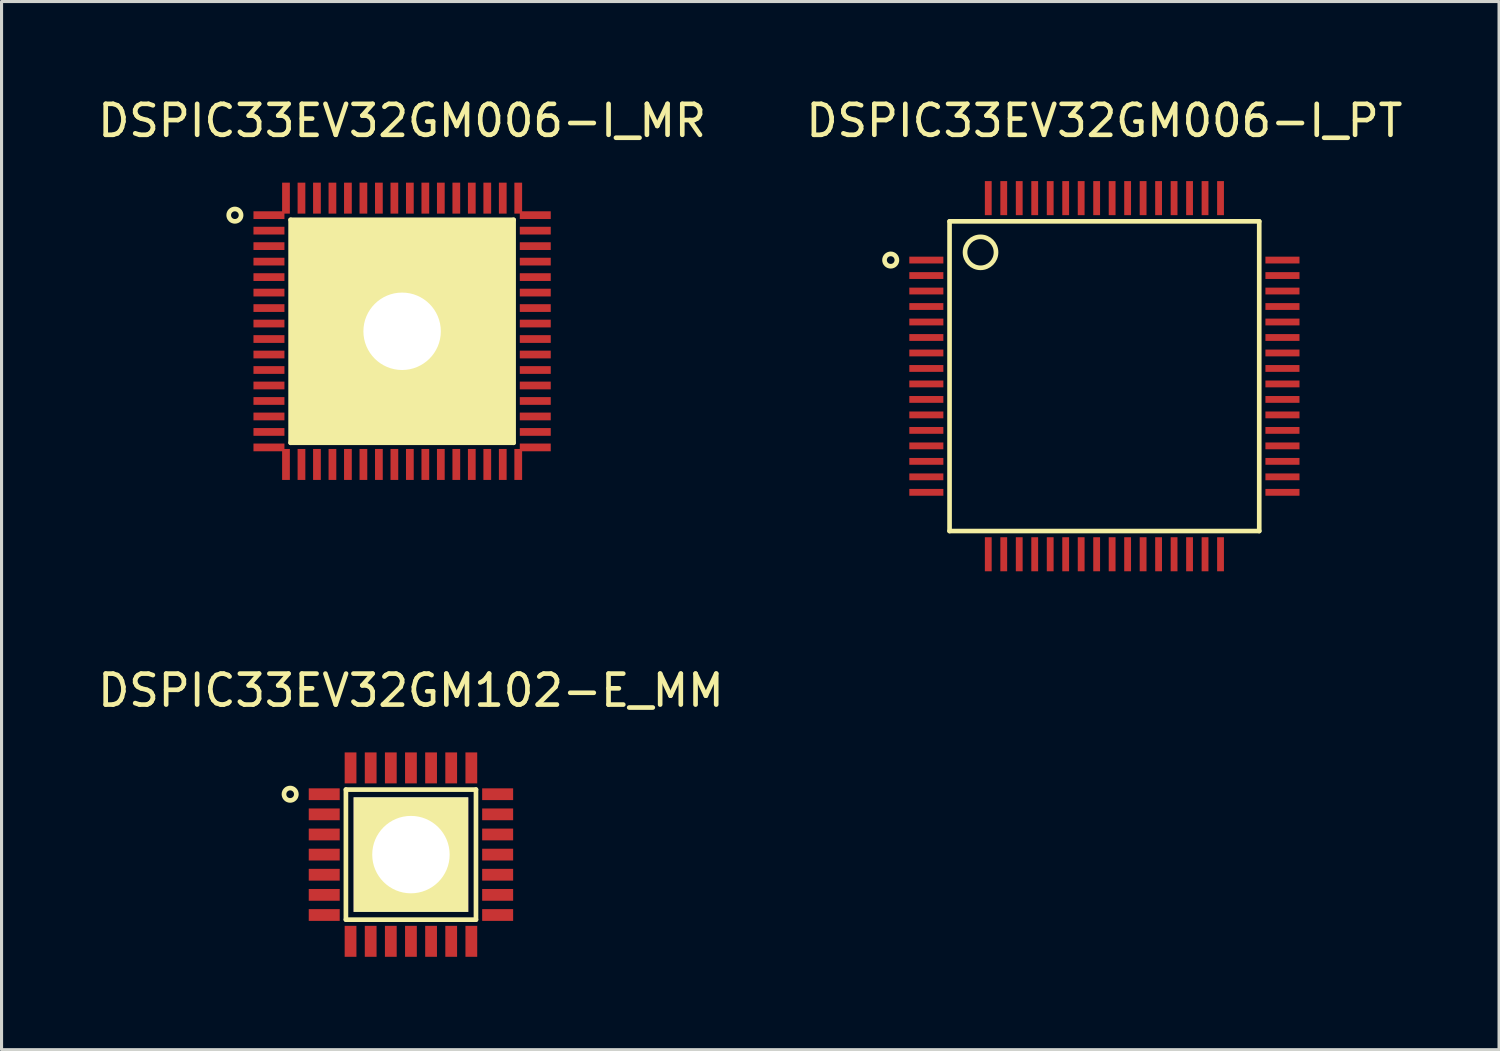
<source format=kicad_pcb>
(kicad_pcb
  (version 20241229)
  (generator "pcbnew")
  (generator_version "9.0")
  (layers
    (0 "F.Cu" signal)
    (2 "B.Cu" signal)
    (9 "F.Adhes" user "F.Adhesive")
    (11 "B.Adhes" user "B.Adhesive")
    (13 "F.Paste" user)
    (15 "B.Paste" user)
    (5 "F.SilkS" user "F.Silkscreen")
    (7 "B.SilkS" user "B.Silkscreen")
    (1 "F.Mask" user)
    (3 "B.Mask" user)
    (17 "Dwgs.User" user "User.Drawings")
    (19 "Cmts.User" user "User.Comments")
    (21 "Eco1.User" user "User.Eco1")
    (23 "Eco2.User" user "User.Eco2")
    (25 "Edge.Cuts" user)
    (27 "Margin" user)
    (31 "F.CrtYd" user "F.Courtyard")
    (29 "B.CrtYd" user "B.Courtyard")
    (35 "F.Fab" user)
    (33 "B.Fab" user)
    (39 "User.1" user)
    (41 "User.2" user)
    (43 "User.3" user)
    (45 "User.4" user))
  (footprint "DSPIC33EV32GM006-I_MR"
    (layer "F.Cu")
    (at 5.635 3.348)
    (property "Reference" "DSPIC33EV32GM006-I_MR" (at 4.3 -2.5 0) (layer "F.SilkS") (effects (font (size 1 1) (thickness 0.15))))
    (attr through_hole)
    (fp_line (start 0.7 0.7) (end 0.7 7.9) (stroke (width 0.15) (type solid)) (layer "F.SilkS"))
    (fp_line (start 0.7 0.7) (end 7.9 0.7) (stroke (width 0.15) (type solid)) (layer "F.SilkS"))
    (fp_line (start 0.7 7.9) (end 7.9 7.9) (stroke (width 0.15) (type solid)) (layer "F.SilkS"))
    (fp_line (start 7.9 7.9) (end 7.9 0.7) (stroke (width 0.15) (type solid)) (layer "F.SilkS"))
    (fp_circle (center -1.1 0.55) (end -1.1 0.35) (stroke (width 0.15) (type solid)) (fill no) (layer "F.SilkS"))
    (fp_circle (center 1.7 1.7) (end 1.7 1.2) (stroke (width 0.15) (type solid)) (fill no) (layer "F.SilkS"))
    (pad "1" smd rect (at 0 0.55) (size 1 0.25) (layers "F.Cu" "F.Mask" "F.Paste"))
    (pad "2" smd rect (at 0 1.05) (size 1 0.25) (layers "F.Cu" "F.Mask" "F.Paste"))
    (pad "3" smd rect (at 0 1.55) (size 1 0.25) (layers "F.Cu" "F.Mask" "F.Paste"))
    (pad "4" smd rect (at 0 2.05) (size 1 0.25) (layers "F.Cu" "F.Mask" "F.Paste"))
    (pad "5" smd rect (at 0 2.55) (size 1 0.25) (layers "F.Cu" "F.Mask" "F.Paste"))
    (pad "6" smd rect (at 0 3.05) (size 1 0.25) (layers "F.Cu" "F.Mask" "F.Paste"))
    (pad "7" smd rect (at 0 3.55) (size 1 0.25) (layers "F.Cu" "F.Mask" "F.Paste"))
    (pad "8" smd rect (at 0 4.05) (size 1 0.25) (layers "F.Cu" "F.Mask" "F.Paste"))
    (pad "9" smd rect (at 0 4.55) (size 1 0.25) (layers "F.Cu" "F.Mask" "F.Paste"))
    (pad "10" smd rect (at 0 5.05) (size 1 0.25) (layers "F.Cu" "F.Mask" "F.Paste"))
    (pad "11" smd rect (at 0 5.55) (size 1 0.25) (layers "F.Cu" "F.Mask" "F.Paste"))
    (pad "12" smd rect (at 0 6.05) (size 1 0.25) (layers "F.Cu" "F.Mask" "F.Paste"))
    (pad "13" smd rect (at 0 6.55) (size 1 0.25) (layers "F.Cu" "F.Mask" "F.Paste"))
    (pad "14" smd rect (at 0 7.05) (size 1 0.25) (layers "F.Cu" "F.Mask" "F.Paste"))
    (pad "15" smd rect (at 0 7.55) (size 1 0.25) (layers "F.Cu" "F.Mask" "F.Paste"))
    (pad "16" smd rect (at 0 8.05) (size 1 0.25) (layers "F.Cu" "F.Mask" "F.Paste"))
    (pad "17" smd rect (at 0.55 8.6) (size 0.25 1) (layers "F.Cu" "F.Mask" "F.Paste"))
    (pad "18" smd rect (at 1.05 8.6) (size 0.25 1) (layers "F.Cu" "F.Mask" "F.Paste"))
    (pad "19" smd rect (at 1.55 8.6) (size 0.25 1) (layers "F.Cu" "F.Mask" "F.Paste"))
    (pad "20" smd rect (at 2.05 8.6) (size 0.25 1) (layers "F.Cu" "F.Mask" "F.Paste"))
    (pad "21" smd rect (at 2.55 8.6) (size 0.25 1) (layers "F.Cu" "F.Mask" "F.Paste"))
    (pad "22" smd rect (at 3.05 8.6) (size 0.25 1) (layers "F.Cu" "F.Mask" "F.Paste"))
    (pad "23" smd rect (at 3.55 8.6) (size 0.25 1) (layers "F.Cu" "F.Mask" "F.Paste"))
    (pad "24" smd rect (at 4.05 8.6) (size 0.25 1) (layers "F.Cu" "F.Mask" "F.Paste"))
    (pad "25" smd rect (at 4.55 8.6) (size 0.25 1) (layers "F.Cu" "F.Mask" "F.Paste"))
    (pad "26" smd rect (at 5.05 8.6) (size 0.25 1) (layers "F.Cu" "F.Mask" "F.Paste"))
    (pad "27" smd rect (at 5.55 8.6) (size 0.25 1) (layers "F.Cu" "F.Mask" "F.Paste"))
    (pad "28" smd rect (at 6.05 8.6) (size 0.25 1) (layers "F.Cu" "F.Mask" "F.Paste"))
    (pad "29" smd rect (at 6.55 8.6) (size 0.25 1) (layers "F.Cu" "F.Mask" "F.Paste"))
    (pad "30" smd rect (at 7.05 8.6) (size 0.25 1) (layers "F.Cu" "F.Mask" "F.Paste"))
    (pad "31" smd rect (at 7.55 8.6) (size 0.25 1) (layers "F.Cu" "F.Mask" "F.Paste"))
    (pad "32" smd rect (at 8.05 8.6) (size 0.25 1) (layers "F.Cu" "F.Mask" "F.Paste"))
    (pad "33" smd rect (at 8.6 8.05) (size 1 0.25) (layers "F.Cu" "F.Mask" "F.Paste"))
    (pad "34" smd rect (at 8.6 7.55) (size 1 0.25) (layers "F.Cu" "F.Mask" "F.Paste"))
    (pad "35" smd rect (at 8.6 7.05) (size 1 0.25) (layers "F.Cu" "F.Mask" "F.Paste"))
    (pad "36" smd rect (at 8.6 6.55) (size 1 0.25) (layers "F.Cu" "F.Mask" "F.Paste"))
    (pad "37" smd rect (at 8.6 6.05) (size 1 0.25) (layers "F.Cu" "F.Mask" "F.Paste"))
    (pad "38" smd rect (at 8.6 5.55) (size 1 0.25) (layers "F.Cu" "F.Mask" "F.Paste"))
    (pad "39" smd rect (at 8.6 5.05) (size 1 0.25) (layers "F.Cu" "F.Mask" "F.Paste"))
    (pad "40" smd rect (at 8.6 4.55) (size 1 0.25) (layers "F.Cu" "F.Mask" "F.Paste"))
    (pad "41" smd rect (at 8.6 4.05) (size 1 0.25) (layers "F.Cu" "F.Mask" "F.Paste"))
    (pad "42" smd rect (at 8.6 3.55) (size 1 0.25) (layers "F.Cu" "F.Mask" "F.Paste"))
    (pad "43" smd rect (at 8.6 3.05) (size 1 0.25) (layers "F.Cu" "F.Mask" "F.Paste"))
    (pad "44" smd rect (at 8.6 2.55) (size 1 0.25) (layers "F.Cu" "F.Mask" "F.Paste"))
    (pad "45" smd rect (at 8.6 2.05) (size 1 0.25) (layers "F.Cu" "F.Mask" "F.Paste"))
    (pad "46" smd rect (at 8.6 1.55) (size 1 0.25) (layers "F.Cu" "F.Mask" "F.Paste"))
    (pad "47" smd rect (at 8.6 1.05) (size 1 0.25) (layers "F.Cu" "F.Mask" "F.Paste"))
    (pad "48" smd rect (at 8.6 0.55) (size 1 0.25) (layers "F.Cu" "F.Mask" "F.Paste"))
    (pad "49" smd rect (at 8.05 0) (size 0.25 1) (layers "F.Cu" "F.Mask" "F.Paste"))
    (pad "50" smd rect (at 7.55 0) (size 0.25 1) (layers "F.Cu" "F.Mask" "F.Paste"))
    (pad "51" smd rect (at 7.05 0) (size 0.25 1) (layers "F.Cu" "F.Mask" "F.Paste"))
    (pad "52" smd rect (at 6.55 0) (size 0.25 1) (layers "F.Cu" "F.Mask" "F.Paste"))
    (pad "53" smd rect (at 6.05 0) (size 0.25 1) (layers "F.Cu" "F.Mask" "F.Paste"))
    (pad "54" smd rect (at 5.55 0) (size 0.25 1) (layers "F.Cu" "F.Mask" "F.Paste"))
    (pad "55" smd rect (at 5.05 0) (size 0.25 1) (layers "F.Cu" "F.Mask" "F.Paste"))
    (pad "56" smd rect (at 4.55 0) (size 0.25 1) (layers "F.Cu" "F.Mask" "F.Paste"))
    (pad "57" smd rect (at 4.05 0) (size 0.25 1) (layers "F.Cu" "F.Mask" "F.Paste"))
    (pad "58" smd rect (at 3.55 0) (size 0.25 1) (layers "F.Cu" "F.Mask" "F.Paste"))
    (pad "59" smd rect (at 3.05 0) (size 0.25 1) (layers "F.Cu" "F.Mask" "F.Paste"))
    (pad "60" smd rect (at 2.55 0) (size 0.25 1) (layers "F.Cu" "F.Mask" "F.Paste"))
    (pad "61" smd rect (at 2.05 0) (size 0.25 1) (layers "F.Cu" "F.Mask" "F.Paste"))
    (pad "62" smd rect (at 1.55 0) (size 0.25 1) (layers "F.Cu" "F.Mask" "F.Paste"))
    (pad "63" smd rect (at 1.05 0) (size 0.25 1) (layers "F.Cu" "F.Mask" "F.Paste"))
    (pad "64" smd rect (at 0.55 0) (size 0.25 1) (layers "F.Cu" "F.Mask" "F.Paste"))
    (pad "999" thru_hole rect (at 4.3 4.3) (size 7.15 7.15) (drill 2.5) (layers "*.Cu" "*.Mask" "F.SilkS")))
  (footprint "DSPIC33EV32GM006-I_PT"
    (layer "F.Cu")
    (at 26.863 3.348)
    (property "Reference" "DSPIC33EV32GM006-I_PT" (at 5.75 -2.5 0) (layer "F.SilkS") (effects (font (size 1 1) (thickness 0.15))))
    (attr through_hole)
    (fp_line (start 0.75 0.75) (end 0.75 10.75) (stroke (width 0.15) (type solid)) (layer "F.SilkS"))
    (fp_line (start 0.75 0.75) (end 10.75 0.75) (stroke (width 0.15) (type solid)) (layer "F.SilkS"))
    (fp_line (start 0.75 10.75) (end 10.75 10.75) (stroke (width 0.15) (type solid)) (layer "F.SilkS"))
    (fp_line (start 10.75 10.75) (end 10.75 0.75) (stroke (width 0.15) (type solid)) (layer "F.SilkS"))
    (fp_circle (center -1.15 2) (end -1.15 1.8) (stroke (width 0.15) (type solid)) (fill no) (layer "F.SilkS"))
    (fp_circle (center 1.75 1.75) (end 1.75 1.25) (stroke (width 0.15) (type solid)) (fill no) (layer "F.SilkS"))
    (pad "1" smd rect (at 0 2) (size 1.1 0.22) (layers "F.Cu" "F.Mask" "F.Paste"))
    (pad "2" smd rect (at 0 2.5) (size 1.1 0.22) (layers "F.Cu" "F.Mask" "F.Paste"))
    (pad "3" smd rect (at 0 3) (size 1.1 0.22) (layers "F.Cu" "F.Mask" "F.Paste"))
    (pad "4" smd rect (at 0 3.5) (size 1.1 0.22) (layers "F.Cu" "F.Mask" "F.Paste"))
    (pad "5" smd rect (at 0 4) (size 1.1 0.22) (layers "F.Cu" "F.Mask" "F.Paste"))
    (pad "6" smd rect (at 0 4.5) (size 1.1 0.22) (layers "F.Cu" "F.Mask" "F.Paste"))
    (pad "7" smd rect (at 0 5) (size 1.1 0.22) (layers "F.Cu" "F.Mask" "F.Paste"))
    (pad "8" smd rect (at 0 5.5) (size 1.1 0.22) (layers "F.Cu" "F.Mask" "F.Paste"))
    (pad "9" smd rect (at 0 6) (size 1.1 0.22) (layers "F.Cu" "F.Mask" "F.Paste"))
    (pad "10" smd rect (at 0 6.5) (size 1.1 0.22) (layers "F.Cu" "F.Mask" "F.Paste"))
    (pad "11" smd rect (at 0 7) (size 1.1 0.22) (layers "F.Cu" "F.Mask" "F.Paste"))
    (pad "12" smd rect (at 0 7.5) (size 1.1 0.22) (layers "F.Cu" "F.Mask" "F.Paste"))
    (pad "13" smd rect (at 0 8) (size 1.1 0.22) (layers "F.Cu" "F.Mask" "F.Paste"))
    (pad "14" smd rect (at 0 8.5) (size 1.1 0.22) (layers "F.Cu" "F.Mask" "F.Paste"))
    (pad "15" smd rect (at 0 9) (size 1.1 0.22) (layers "F.Cu" "F.Mask" "F.Paste"))
    (pad "16" smd rect (at 0 9.5) (size 1.1 0.22) (layers "F.Cu" "F.Mask" "F.Paste"))
    (pad "17" smd rect (at 2 11.5) (size 0.22 1.1) (layers "F.Cu" "F.Mask" "F.Paste"))
    (pad "18" smd rect (at 2.5 11.5) (size 0.22 1.1) (layers "F.Cu" "F.Mask" "F.Paste"))
    (pad "19" smd rect (at 3 11.5) (size 0.22 1.1) (layers "F.Cu" "F.Mask" "F.Paste"))
    (pad "20" smd rect (at 3.5 11.5) (size 0.22 1.1) (layers "F.Cu" "F.Mask" "F.Paste"))
    (pad "21" smd rect (at 4 11.5) (size 0.22 1.1) (layers "F.Cu" "F.Mask" "F.Paste"))
    (pad "22" smd rect (at 4.5 11.5) (size 0.22 1.1) (layers "F.Cu" "F.Mask" "F.Paste"))
    (pad "23" smd rect (at 5 11.5) (size 0.22 1.1) (layers "F.Cu" "F.Mask" "F.Paste"))
    (pad "24" smd rect (at 5.5 11.5) (size 0.22 1.1) (layers "F.Cu" "F.Mask" "F.Paste"))
    (pad "25" smd rect (at 6 11.5) (size 0.22 1.1) (layers "F.Cu" "F.Mask" "F.Paste"))
    (pad "26" smd rect (at 6.5 11.5) (size 0.22 1.1) (layers "F.Cu" "F.Mask" "F.Paste"))
    (pad "27" smd rect (at 7 11.5) (size 0.22 1.1) (layers "F.Cu" "F.Mask" "F.Paste"))
    (pad "28" smd rect (at 7.5 11.5) (size 0.22 1.1) (layers "F.Cu" "F.Mask" "F.Paste"))
    (pad "29" smd rect (at 8 11.5) (size 0.22 1.1) (layers "F.Cu" "F.Mask" "F.Paste"))
    (pad "30" smd rect (at 8.5 11.5) (size 0.22 1.1) (layers "F.Cu" "F.Mask" "F.Paste"))
    (pad "31" smd rect (at 9 11.5) (size 0.22 1.1) (layers "F.Cu" "F.Mask" "F.Paste"))
    (pad "32" smd rect (at 9.5 11.5) (size 0.22 1.1) (layers "F.Cu" "F.Mask" "F.Paste"))
    (pad "33" smd rect (at 11.5 9.5) (size 1.1 0.22) (layers "F.Cu" "F.Mask" "F.Paste"))
    (pad "34" smd rect (at 11.5 9) (size 1.1 0.22) (layers "F.Cu" "F.Mask" "F.Paste"))
    (pad "35" smd rect (at 11.5 8.5) (size 1.1 0.22) (layers "F.Cu" "F.Mask" "F.Paste"))
    (pad "36" smd rect (at 11.5 8) (size 1.1 0.22) (layers "F.Cu" "F.Mask" "F.Paste"))
    (pad "37" smd rect (at 11.5 7.5) (size 1.1 0.22) (layers "F.Cu" "F.Mask" "F.Paste"))
    (pad "38" smd rect (at 11.5 7) (size 1.1 0.22) (layers "F.Cu" "F.Mask" "F.Paste"))
    (pad "39" smd rect (at 11.5 6.5) (size 1.1 0.22) (layers "F.Cu" "F.Mask" "F.Paste"))
    (pad "40" smd rect (at 11.5 6) (size 1.1 0.22) (layers "F.Cu" "F.Mask" "F.Paste"))
    (pad "41" smd rect (at 11.5 5.5) (size 1.1 0.22) (layers "F.Cu" "F.Mask" "F.Paste"))
    (pad "42" smd rect (at 11.5 5) (size 1.1 0.22) (layers "F.Cu" "F.Mask" "F.Paste"))
    (pad "43" smd rect (at 11.5 4.5) (size 1.1 0.22) (layers "F.Cu" "F.Mask" "F.Paste"))
    (pad "44" smd rect (at 11.5 4) (size 1.1 0.22) (layers "F.Cu" "F.Mask" "F.Paste"))
    (pad "45" smd rect (at 11.5 3.5) (size 1.1 0.22) (layers "F.Cu" "F.Mask" "F.Paste"))
    (pad "46" smd rect (at 11.5 3) (size 1.1 0.22) (layers "F.Cu" "F.Mask" "F.Paste"))
    (pad "47" smd rect (at 11.5 2.5) (size 1.1 0.22) (layers "F.Cu" "F.Mask" "F.Paste"))
    (pad "48" smd rect (at 11.5 2) (size 1.1 0.22) (layers "F.Cu" "F.Mask" "F.Paste"))
    (pad "49" smd rect (at 9.5 0) (size 0.22 1.1) (layers "F.Cu" "F.Mask" "F.Paste"))
    (pad "50" smd rect (at 9 0) (size 0.22 1.1) (layers "F.Cu" "F.Mask" "F.Paste"))
    (pad "51" smd rect (at 8.5 0) (size 0.22 1.1) (layers "F.Cu" "F.Mask" "F.Paste"))
    (pad "52" smd rect (at 8 0) (size 0.22 1.1) (layers "F.Cu" "F.Mask" "F.Paste"))
    (pad "53" smd rect (at 7.5 0) (size 0.22 1.1) (layers "F.Cu" "F.Mask" "F.Paste"))
    (pad "54" smd rect (at 7 0) (size 0.22 1.1) (layers "F.Cu" "F.Mask" "F.Paste"))
    (pad "55" smd rect (at 6.5 0) (size 0.22 1.1) (layers "F.Cu" "F.Mask" "F.Paste"))
    (pad "56" smd rect (at 6 0) (size 0.22 1.1) (layers "F.Cu" "F.Mask" "F.Paste"))
    (pad "57" smd rect (at 5.5 0) (size 0.22 1.1) (layers "F.Cu" "F.Mask" "F.Paste"))
    (pad "58" smd rect (at 5 0) (size 0.22 1.1) (layers "F.Cu" "F.Mask" "F.Paste"))
    (pad "59" smd rect (at 4.5 0) (size 0.22 1.1) (layers "F.Cu" "F.Mask" "F.Paste"))
    (pad "60" smd rect (at 4 0) (size 0.22 1.1) (layers "F.Cu" "F.Mask" "F.Paste"))
    (pad "61" smd rect (at 3.5 0) (size 0.22 1.1) (layers "F.Cu" "F.Mask" "F.Paste"))
    (pad "62" smd rect (at 3 0) (size 0.22 1.1) (layers "F.Cu" "F.Mask" "F.Paste"))
    (pad "63" smd rect (at 2.5 0) (size 0.22 1.1) (layers "F.Cu" "F.Mask" "F.Paste"))
    (pad "64" smd rect (at 2 0) (size 0.22 1.1) (layers "F.Cu" "F.Mask" "F.Paste")))
  (footprint "DSPIC33EV32GM102-E_MM"
    (layer "F.Cu")
    (at 7.42 21.747)
    (property "Reference" "DSPIC33EV32GM102-E_MM" (at 2.8 -2.5 0) (layer "F.SilkS") (effects (font (size 1 1) (thickness 0.15))))
    (attr through_hole)
    (fp_line (start 0.7 0.7) (end 0.7 4.9) (stroke (width 0.15) (type solid)) (layer "F.SilkS"))
    (fp_line (start 0.7 0.7) (end 4.9 0.7) (stroke (width 0.15) (type solid)) (layer "F.SilkS"))
    (fp_line (start 0.7 4.9) (end 4.9 4.9) (stroke (width 0.15) (type solid)) (layer "F.SilkS"))
    (fp_line (start 4.9 4.9) (end 4.9 0.7) (stroke (width 0.15) (type solid)) (layer "F.SilkS"))
    (fp_circle (center -1.1 0.85) (end -1.1 0.65) (stroke (width 0.15) (type solid)) (fill no) (layer "F.SilkS"))
    (fp_circle (center 1.7 1.7) (end 1.7 1.2) (stroke (width 0.15) (type solid)) (fill no) (layer "F.SilkS"))
    (pad "1" smd rect (at 0 0.85) (size 1 0.38) (layers "F.Cu" "F.Mask" "F.Paste"))
    (pad "2" smd rect (at 0 1.5) (size 1 0.38) (layers "F.Cu" "F.Mask" "F.Paste"))
    (pad "3" smd rect (at 0 2.15) (size 1 0.38) (layers "F.Cu" "F.Mask" "F.Paste"))
    (pad "4" smd rect (at 0 2.8) (size 1 0.38) (layers "F.Cu" "F.Mask" "F.Paste"))
    (pad "5" smd rect (at 0 3.45) (size 1 0.38) (layers "F.Cu" "F.Mask" "F.Paste"))
    (pad "6" smd rect (at 0 4.1) (size 1 0.38) (layers "F.Cu" "F.Mask" "F.Paste"))
    (pad "7" smd rect (at 0 4.75) (size 1 0.38) (layers "F.Cu" "F.Mask" "F.Paste"))
    (pad "8" smd rect (at 0.85 5.6) (size 0.38 1) (layers "F.Cu" "F.Mask" "F.Paste"))
    (pad "9" smd rect (at 1.5 5.6) (size 0.38 1) (layers "F.Cu" "F.Mask" "F.Paste"))
    (pad "10" smd rect (at 2.15 5.6) (size 0.38 1) (layers "F.Cu" "F.Mask" "F.Paste"))
    (pad "11" smd rect (at 2.8 5.6) (size 0.38 1) (layers "F.Cu" "F.Mask" "F.Paste"))
    (pad "12" smd rect (at 3.45 5.6) (size 0.38 1) (layers "F.Cu" "F.Mask" "F.Paste"))
    (pad "13" smd rect (at 4.1 5.6) (size 0.38 1) (layers "F.Cu" "F.Mask" "F.Paste"))
    (pad "14" smd rect (at 4.75 5.6) (size 0.38 1) (layers "F.Cu" "F.Mask" "F.Paste"))
    (pad "15" smd rect (at 5.6 4.75) (size 1 0.38) (layers "F.Cu" "F.Mask" "F.Paste"))
    (pad "16" smd rect (at 5.6 4.1) (size 1 0.38) (layers "F.Cu" "F.Mask" "F.Paste"))
    (pad "17" smd rect (at 5.6 3.45) (size 1 0.38) (layers "F.Cu" "F.Mask" "F.Paste"))
    (pad "18" smd rect (at 5.6 2.8) (size 1 0.38) (layers "F.Cu" "F.Mask" "F.Paste"))
    (pad "19" smd rect (at 5.6 2.15) (size 1 0.38) (layers "F.Cu" "F.Mask" "F.Paste"))
    (pad "20" smd rect (at 5.6 1.5) (size 1 0.38) (layers "F.Cu" "F.Mask" "F.Paste"))
    (pad "21" smd rect (at 5.6 0.85) (size 1 0.38) (layers "F.Cu" "F.Mask" "F.Paste"))
    (pad "22" smd rect (at 4.75 0) (size 0.38 1) (layers "F.Cu" "F.Mask" "F.Paste"))
    (pad "23" smd rect (at 4.1 0) (size 0.38 1) (layers "F.Cu" "F.Mask" "F.Paste"))
    (pad "24" smd rect (at 3.45 0) (size 0.38 1) (layers "F.Cu" "F.Mask" "F.Paste"))
    (pad "25" smd rect (at 2.8 0) (size 0.38 1) (layers "F.Cu" "F.Mask" "F.Paste"))
    (pad "26" smd rect (at 2.15 0) (size 0.38 1) (layers "F.Cu" "F.Mask" "F.Paste"))
    (pad "27" smd rect (at 1.5 0) (size 0.38 1) (layers "F.Cu" "F.Mask" "F.Paste"))
    (pad "28" smd rect (at 0.85 0) (size 0.38 1) (layers "F.Cu" "F.Mask" "F.Paste"))
    (pad "999" thru_hole rect (at 2.8 2.8) (size 3.7 3.7) (drill 2.5) (layers "*.Cu" "*.Mask" "F.SilkS")))
  (gr_rect
    (start -3 -3)
    (end 45.357 30.846)
    (stroke (width 0.1) (type default))
    (fill no)
    (layer "Edge.Cuts")))
</source>
